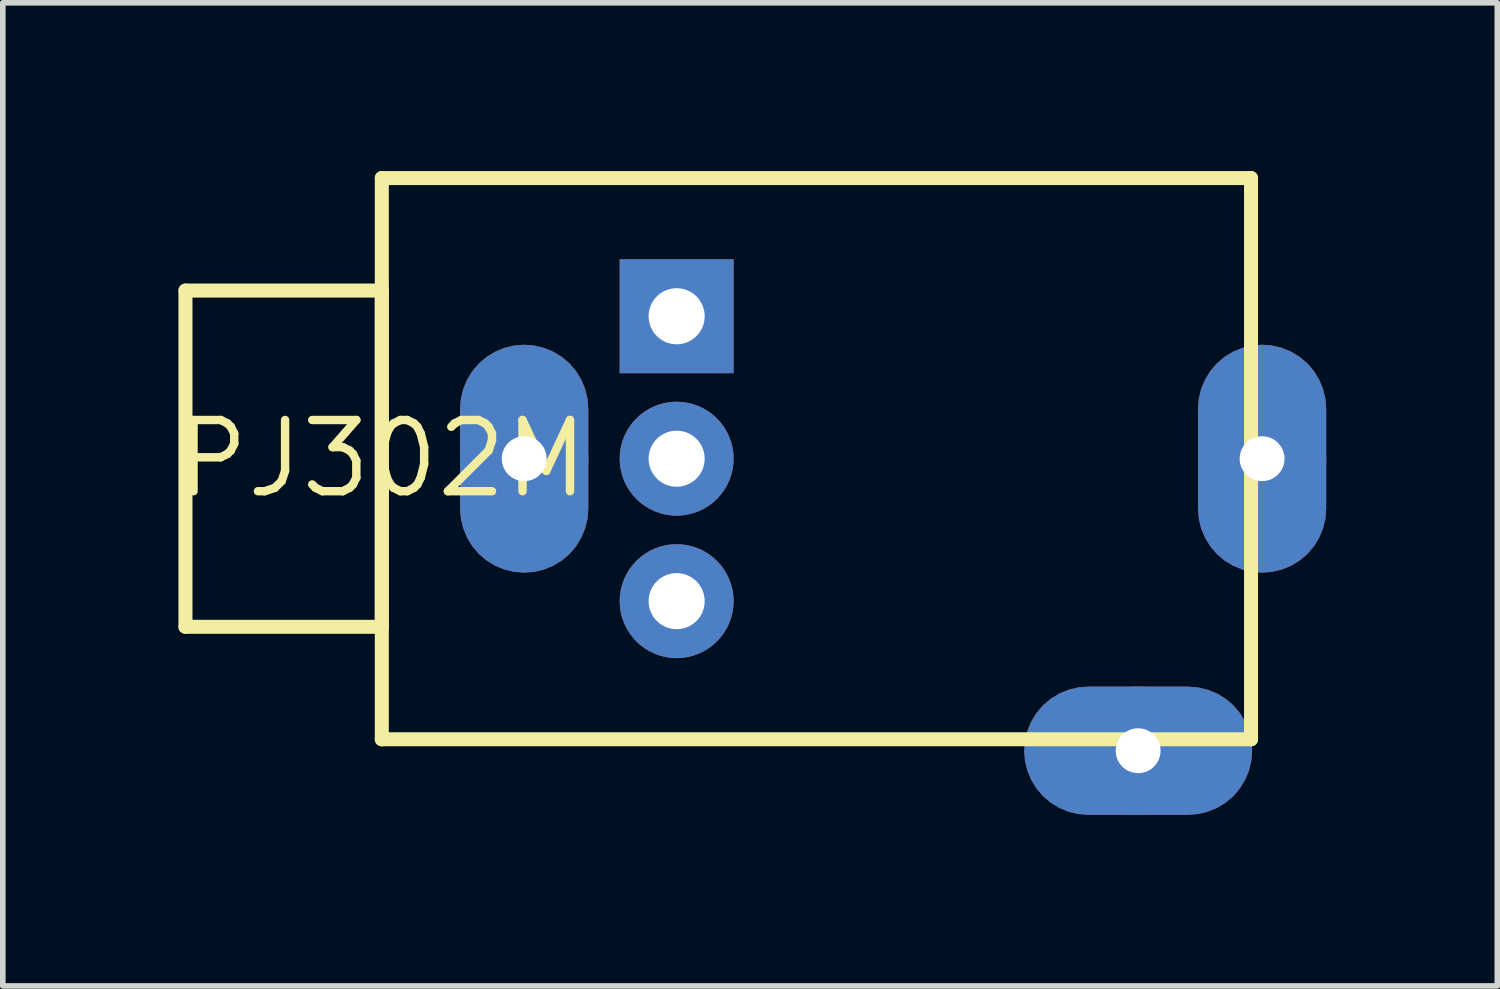
<source format=kicad_pcb>
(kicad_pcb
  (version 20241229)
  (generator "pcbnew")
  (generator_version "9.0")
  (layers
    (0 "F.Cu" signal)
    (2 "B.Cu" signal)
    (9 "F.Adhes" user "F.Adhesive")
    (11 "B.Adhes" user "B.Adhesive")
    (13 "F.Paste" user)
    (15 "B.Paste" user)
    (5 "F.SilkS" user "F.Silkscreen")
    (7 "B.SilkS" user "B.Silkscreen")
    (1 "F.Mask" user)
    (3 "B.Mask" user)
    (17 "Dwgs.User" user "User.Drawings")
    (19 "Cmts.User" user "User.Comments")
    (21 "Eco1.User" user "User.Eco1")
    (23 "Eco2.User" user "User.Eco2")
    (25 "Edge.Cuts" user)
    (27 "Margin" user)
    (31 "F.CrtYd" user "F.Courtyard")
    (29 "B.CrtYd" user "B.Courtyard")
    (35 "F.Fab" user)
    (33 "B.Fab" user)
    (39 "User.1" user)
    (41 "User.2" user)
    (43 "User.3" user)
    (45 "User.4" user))
  (footprint "PJ302M"
    (layer "F.Cu")
    (at 3.757 5.129)
    (property "Reference" "PJ302M" (at 0 0 0) (layer "F.SilkS") (effects (font (size 1.27 1.27) (thickness 0.15))))
    (fp_poly (pts (xy 2.719 -2.018) (xy 2.893 -1.976) (xy 3.058 -1.908) (xy 3.212 -1.814) (xy 3.349 -1.698) (xy 3.465 -1.561) (xy 3.559 -1.407) (xy 3.627 -1.242) (xy 3.669 -1.068) (xy 3.683 -0.889) (xy 3.683 0.889) (xy 3.669 1.068) (xy 3.627 1.242) (xy 3.559 1.407) (xy 3.465 1.561) (xy 3.349 1.698) (xy 3.212 1.814) (xy 3.058 1.908) (xy 2.893 1.976) (xy 2.719 2.018) (xy 2.54 2.032) (xy 2.361 2.018) (xy 2.187 1.976) (xy 2.022 1.908) (xy 1.868 1.814) (xy 1.731 1.698) (xy 1.615 1.561) (xy 1.521 1.407) (xy 1.453 1.242) (xy 1.411 1.068) (xy 1.397 0.889) (xy 1.397 -0.889) (xy 1.411 -1.068) (xy 1.453 -1.242) (xy 1.521 -1.407) (xy 1.615 -1.561) (xy 1.731 -1.698) (xy 1.868 -1.814) (xy 2.022 -1.908) (xy 2.187 -1.976) (xy 2.361 -2.018) (xy 2.54 -2.032)) (stroke (width 0) (type default)) (fill yes) (layer "F.Cu"))
    (fp_poly (pts (xy 14.555 4.078) (xy 14.729 4.12) (xy 14.895 4.188) (xy 15.049 4.282) (xy 15.185 4.398) (xy 15.301 4.535) (xy 15.395 4.689) (xy 15.464 4.854) (xy 15.505 5.028) (xy 15.519 5.207) (xy 15.505 5.386) (xy 15.464 5.56) (xy 15.395 5.725) (xy 15.301 5.879) (xy 15.185 6.016) (xy 15.049 6.132) (xy 14.895 6.226) (xy 14.729 6.294) (xy 14.555 6.336) (xy 14.376 6.35) (xy 12.598 6.35) (xy 12.42 6.336) (xy 12.246 6.294) (xy 12.08 6.226) (xy 11.926 6.132) (xy 11.79 6.016) (xy 11.674 5.879) (xy 11.58 5.725) (xy 11.511 5.56) (xy 11.469 5.386) (xy 11.455 5.207) (xy 11.469 5.028) (xy 11.511 4.854) (xy 11.58 4.689) (xy 11.674 4.535) (xy 11.79 4.398) (xy 11.926 4.282) (xy 12.08 4.188) (xy 12.246 4.12) (xy 12.42 4.078) (xy 12.598 4.064) (xy 14.376 4.064)) (stroke (width 0) (type default)) (fill yes) (layer "F.Cu"))
    (fp_poly (pts (xy 15.876 -2.018) (xy 16.05 -1.976) (xy 16.216 -1.908) (xy 16.369 -1.814) (xy 16.506 -1.698) (xy 16.622 -1.561) (xy 16.716 -1.407) (xy 16.784 -1.242) (xy 16.826 -1.068) (xy 16.84 -0.889) (xy 16.84 0.889) (xy 16.826 1.068) (xy 16.784 1.242) (xy 16.716 1.407) (xy 16.622 1.561) (xy 16.506 1.698) (xy 16.369 1.814) (xy 16.216 1.908) (xy 16.05 1.976) (xy 15.876 2.018) (xy 15.697 2.032) (xy 15.519 2.018) (xy 15.344 1.976) (xy 15.179 1.908) (xy 15.025 1.814) (xy 14.889 1.698) (xy 14.772 1.561) (xy 14.679 1.407) (xy 14.61 1.242) (xy 14.568 1.068) (xy 14.554 0.889) (xy 14.554 -0.889) (xy 14.568 -1.068) (xy 14.61 -1.242) (xy 14.679 -1.407) (xy 14.772 -1.561) (xy 14.889 -1.698) (xy 15.025 -1.814) (xy 15.179 -1.908) (xy 15.344 -1.976) (xy 15.519 -2.018) (xy 15.697 -2.032)) (stroke (width 0) (type default)) (fill yes) (layer "F.Cu"))
    (fp_poly (pts (xy 2.727 -2.068) (xy 2.909 -2.025) (xy 3.082 -1.953) (xy 3.242 -1.855) (xy 3.385 -1.734) (xy 3.506 -1.591) (xy 3.604 -1.431) (xy 3.676 -1.258) (xy 3.719 -1.076) (xy 3.734 -0.889) (xy 3.734 0.889) (xy 3.719 1.076) (xy 3.676 1.258) (xy 3.604 1.431) (xy 3.506 1.591) (xy 3.385 1.734) (xy 3.242 1.855) (xy 3.082 1.953) (xy 2.909 2.025) (xy 2.727 2.068) (xy 2.54 2.083) (xy 2.353 2.068) (xy 2.171 2.025) (xy 1.998 1.953) (xy 1.838 1.855) (xy 1.695 1.734) (xy 1.574 1.591) (xy 1.476 1.431) (xy 1.404 1.258) (xy 1.361 1.076) (xy 1.346 0.889) (xy 1.346 -0.889) (xy 1.361 -1.076) (xy 1.404 -1.258) (xy 1.476 -1.431) (xy 1.574 -1.591) (xy 1.695 -1.734) (xy 1.838 -1.855) (xy 1.998 -1.953) (xy 2.171 -2.025) (xy 2.353 -2.068) (xy 2.54 -2.083)) (stroke (width 0) (type default)) (fill yes) (layer "F.Mask"))
    (fp_poly (pts (xy 14.563 4.028) (xy 14.745 4.071) (xy 14.918 4.143) (xy 15.079 4.241) (xy 15.221 4.362) (xy 15.343 4.505) (xy 15.44 4.665) (xy 15.512 4.838) (xy 15.556 5.02) (xy 15.57 5.207) (xy 15.556 5.394) (xy 15.512 5.576) (xy 15.44 5.749) (xy 15.343 5.909) (xy 15.221 6.052) (xy 15.079 6.173) (xy 14.918 6.271) (xy 14.745 6.343) (xy 14.563 6.386) (xy 14.376 6.401) (xy 12.598 6.401) (xy 12.412 6.386) (xy 12.23 6.343) (xy 12.057 6.271) (xy 11.896 6.173) (xy 11.754 6.052) (xy 11.632 5.909) (xy 11.534 5.749) (xy 11.463 5.576) (xy 11.419 5.394) (xy 11.404 5.207) (xy 11.419 5.02) (xy 11.463 4.838) (xy 11.534 4.665) (xy 11.632 4.505) (xy 11.754 4.362) (xy 11.896 4.241) (xy 12.057 4.143) (xy 12.23 4.071) (xy 12.412 4.028) (xy 12.598 4.013) (xy 14.376 4.013)) (stroke (width 0) (type default)) (fill yes) (layer "F.Mask"))
    (fp_poly (pts (xy 15.884 -2.068) (xy 16.066 -2.025) (xy 16.239 -1.953) (xy 16.399 -1.855) (xy 16.542 -1.734) (xy 16.663 -1.591) (xy 16.761 -1.431) (xy 16.833 -1.258) (xy 16.877 -1.076) (xy 16.891 -0.889) (xy 16.891 0.889) (xy 16.877 1.076) (xy 16.833 1.258) (xy 16.761 1.431) (xy 16.663 1.591) (xy 16.542 1.734) (xy 16.399 1.855) (xy 16.239 1.953) (xy 16.066 2.025) (xy 15.884 2.068) (xy 15.697 2.083) (xy 15.511 2.068) (xy 15.329 2.025) (xy 15.156 1.953) (xy 14.995 1.855) (xy 14.853 1.734) (xy 14.731 1.591) (xy 14.633 1.431) (xy 14.562 1.258) (xy 14.518 1.076) (xy 14.503 0.889) (xy 14.503 -0.889) (xy 14.518 -1.076) (xy 14.562 -1.258) (xy 14.633 -1.431) (xy 14.731 -1.591) (xy 14.853 -1.734) (xy 14.995 -1.855) (xy 15.156 -1.953) (xy 15.329 -2.025) (xy 15.511 -2.068) (xy 15.697 -2.083)) (stroke (width 0) (type default)) (fill yes) (layer "F.Mask"))
    (fp_poly (pts (xy 2.719 -2.018) (xy 2.893 -1.976) (xy 3.058 -1.908) (xy 3.212 -1.814) (xy 3.349 -1.698) (xy 3.465 -1.561) (xy 3.559 -1.407) (xy 3.627 -1.242) (xy 3.669 -1.068) (xy 3.683 -0.889) (xy 3.683 0.889) (xy 3.669 1.068) (xy 3.627 1.242) (xy 3.559 1.407) (xy 3.465 1.561) (xy 3.349 1.698) (xy 3.212 1.814) (xy 3.058 1.908) (xy 2.893 1.976) (xy 2.719 2.018) (xy 2.54 2.032) (xy 2.361 2.018) (xy 2.187 1.976) (xy 2.022 1.908) (xy 1.868 1.814) (xy 1.731 1.698) (xy 1.615 1.561) (xy 1.521 1.407) (xy 1.453 1.242) (xy 1.411 1.068) (xy 1.397 0.889) (xy 1.397 -0.889) (xy 1.411 -1.068) (xy 1.453 -1.242) (xy 1.521 -1.407) (xy 1.615 -1.561) (xy 1.731 -1.698) (xy 1.868 -1.814) (xy 2.022 -1.908) (xy 2.187 -1.976) (xy 2.361 -2.018) (xy 2.54 -2.032)) (stroke (width 0) (type default)) (fill yes) (layer "B.Cu"))
    (fp_poly (pts (xy 14.555 4.078) (xy 14.729 4.12) (xy 14.895 4.188) (xy 15.049 4.282) (xy 15.185 4.398) (xy 15.301 4.535) (xy 15.395 4.689) (xy 15.464 4.854) (xy 15.505 5.028) (xy 15.519 5.207) (xy 15.505 5.386) (xy 15.464 5.56) (xy 15.395 5.725) (xy 15.301 5.879) (xy 15.185 6.016) (xy 15.049 6.132) (xy 14.895 6.226) (xy 14.729 6.294) (xy 14.555 6.336) (xy 14.376 6.35) (xy 12.598 6.35) (xy 12.42 6.336) (xy 12.246 6.294) (xy 12.08 6.226) (xy 11.926 6.132) (xy 11.79 6.016) (xy 11.674 5.879) (xy 11.58 5.725) (xy 11.511 5.56) (xy 11.469 5.386) (xy 11.455 5.207) (xy 11.469 5.028) (xy 11.511 4.854) (xy 11.58 4.689) (xy 11.674 4.535) (xy 11.79 4.398) (xy 11.926 4.282) (xy 12.08 4.188) (xy 12.246 4.12) (xy 12.42 4.078) (xy 12.598 4.064) (xy 14.376 4.064)) (stroke (width 0) (type default)) (fill yes) (layer "B.Cu"))
    (fp_poly (pts (xy 15.876 -2.018) (xy 16.05 -1.976) (xy 16.216 -1.908) (xy 16.369 -1.814) (xy 16.506 -1.698) (xy 16.622 -1.561) (xy 16.716 -1.407) (xy 16.784 -1.242) (xy 16.826 -1.068) (xy 16.84 -0.889) (xy 16.84 0.889) (xy 16.826 1.068) (xy 16.784 1.242) (xy 16.716 1.407) (xy 16.622 1.561) (xy 16.506 1.698) (xy 16.369 1.814) (xy 16.216 1.908) (xy 16.05 1.976) (xy 15.876 2.018) (xy 15.697 2.032) (xy 15.519 2.018) (xy 15.344 1.976) (xy 15.179 1.908) (xy 15.025 1.814) (xy 14.889 1.698) (xy 14.772 1.561) (xy 14.679 1.407) (xy 14.61 1.242) (xy 14.568 1.068) (xy 14.554 0.889) (xy 14.554 -0.889) (xy 14.568 -1.068) (xy 14.61 -1.242) (xy 14.679 -1.407) (xy 14.772 -1.561) (xy 14.889 -1.698) (xy 15.025 -1.814) (xy 15.179 -1.908) (xy 15.344 -1.976) (xy 15.519 -2.018) (xy 15.697 -2.032)) (stroke (width 0) (type default)) (fill yes) (layer "B.Cu"))
    (fp_poly (pts (xy 2.727 -2.068) (xy 2.909 -2.025) (xy 3.082 -1.953) (xy 3.242 -1.855) (xy 3.385 -1.734) (xy 3.506 -1.591) (xy 3.604 -1.431) (xy 3.676 -1.258) (xy 3.719 -1.076) (xy 3.734 -0.889) (xy 3.734 0.889) (xy 3.719 1.076) (xy 3.676 1.258) (xy 3.604 1.431) (xy 3.506 1.591) (xy 3.385 1.734) (xy 3.242 1.855) (xy 3.082 1.953) (xy 2.909 2.025) (xy 2.727 2.068) (xy 2.54 2.083) (xy 2.353 2.068) (xy 2.171 2.025) (xy 1.998 1.953) (xy 1.838 1.855) (xy 1.695 1.734) (xy 1.574 1.591) (xy 1.476 1.431) (xy 1.404 1.258) (xy 1.361 1.076) (xy 1.346 0.889) (xy 1.346 -0.889) (xy 1.361 -1.076) (xy 1.404 -1.258) (xy 1.476 -1.431) (xy 1.574 -1.591) (xy 1.695 -1.734) (xy 1.838 -1.855) (xy 1.998 -1.953) (xy 2.171 -2.025) (xy 2.353 -2.068) (xy 2.54 -2.083)) (stroke (width 0) (type default)) (fill yes) (layer "B.Mask"))
    (fp_poly (pts (xy 14.563 4.028) (xy 14.745 4.071) (xy 14.918 4.143) (xy 15.079 4.241) (xy 15.221 4.362) (xy 15.343 4.505) (xy 15.44 4.665) (xy 15.512 4.838) (xy 15.556 5.02) (xy 15.57 5.207) (xy 15.556 5.394) (xy 15.512 5.576) (xy 15.44 5.749) (xy 15.343 5.909) (xy 15.221 6.052) (xy 15.079 6.173) (xy 14.918 6.271) (xy 14.745 6.343) (xy 14.563 6.386) (xy 14.376 6.401) (xy 12.598 6.401) (xy 12.412 6.386) (xy 12.23 6.343) (xy 12.057 6.271) (xy 11.896 6.173) (xy 11.754 6.052) (xy 11.632 5.909) (xy 11.534 5.749) (xy 11.463 5.576) (xy 11.419 5.394) (xy 11.404 5.207) (xy 11.419 5.02) (xy 11.463 4.838) (xy 11.534 4.665) (xy 11.632 4.505) (xy 11.754 4.362) (xy 11.896 4.241) (xy 12.057 4.143) (xy 12.23 4.071) (xy 12.412 4.028) (xy 12.598 4.013) (xy 14.376 4.013)) (stroke (width 0) (type default)) (fill yes) (layer "B.Mask"))
    (fp_poly (pts (xy 15.884 -2.068) (xy 16.066 -2.025) (xy 16.239 -1.953) (xy 16.399 -1.855) (xy 16.542 -1.734) (xy 16.663 -1.591) (xy 16.761 -1.431) (xy 16.833 -1.258) (xy 16.877 -1.076) (xy 16.891 -0.889) (xy 16.891 0.889) (xy 16.877 1.076) (xy 16.833 1.258) (xy 16.761 1.431) (xy 16.663 1.591) (xy 16.542 1.734) (xy 16.399 1.855) (xy 16.239 1.953) (xy 16.066 2.025) (xy 15.884 2.068) (xy 15.697 2.083) (xy 15.511 2.068) (xy 15.329 2.025) (xy 15.156 1.953) (xy 14.995 1.855) (xy 14.853 1.734) (xy 14.731 1.591) (xy 14.633 1.431) (xy 14.562 1.258) (xy 14.518 1.076) (xy 14.503 0.889) (xy 14.503 -0.889) (xy 14.518 -1.076) (xy 14.562 -1.258) (xy 14.633 -1.431) (xy 14.731 -1.591) (xy 14.853 -1.734) (xy 14.995 -1.855) (xy 15.156 -1.953) (xy 15.329 -2.025) (xy 15.511 -2.068) (xy 15.697 -2.083)) (stroke (width 0) (type default)) (fill yes) (layer "B.Mask"))
    (fp_line (start -3.5 -2.998) (end 0.001 -2.998) (stroke (width 0.25) (type solid)) (layer "F.SilkS"))
    (fp_line (start -3.5 2.997) (end -3.5 -2.998) (stroke (width 0.25) (type solid)) (layer "F.SilkS"))
    (fp_line (start 0.001 -5.004) (end 0.001 5.003) (stroke (width 0.25) (type solid)) (layer "F.SilkS"))
    (fp_line (start 0.001 -2.998) (end 0.001 2.997) (stroke (width 0.25) (type solid)) (layer "F.SilkS"))
    (fp_line (start 0.001 2.997) (end -3.5 2.997) (stroke (width 0.25) (type solid)) (layer "F.SilkS"))
    (fp_line (start 0.001 5.003) (end 15.5 5.003) (stroke (width 0.25) (type solid)) (layer "F.SilkS"))
    (fp_line (start 15.5 -5.004) (end 0.001 -5.004) (stroke (width 0.25) (type solid)) (layer "F.SilkS"))
    (fp_line (start 15.5 5.003) (end 15.5 -5.004) (stroke (width 0.25) (type solid)) (layer "F.SilkS"))
    (pad "1A" thru_hole circle (at 2.54 0) (size 2.286 2.286) (drill 0.8) (layers "*.Cu"))
    (pad "1B" thru_hole rect (at 5.258 -2.54) (size 2.032 2.032) (drill 1) (layers "*.Cu" "*.Mask"))
    (pad "2A" thru_hole circle (at 13.487 5.207 90) (size 2.286 2.286) (drill 0.8) (layers "*.Cu"))
    (pad "2B" thru_hole circle (at 5.258 0) (size 2.032 2.032) (drill 1) (layers "*.Cu" "*.Mask"))
    (pad "3A" thru_hole circle (at 15.697 0) (size 2.286 2.286) (drill 0.8) (layers "*.Cu"))
    (pad "3B" thru_hole circle (at 5.258 2.54) (size 2.032 2.032) (drill 1) (layers "*.Cu" "*.Mask")))
  (gr_rect
    (start -3 -3)
    (end 23.648 14.53)
    (stroke (width 0.1) (type default))
    (fill no)
    (layer "Edge.Cuts")))
</source>
